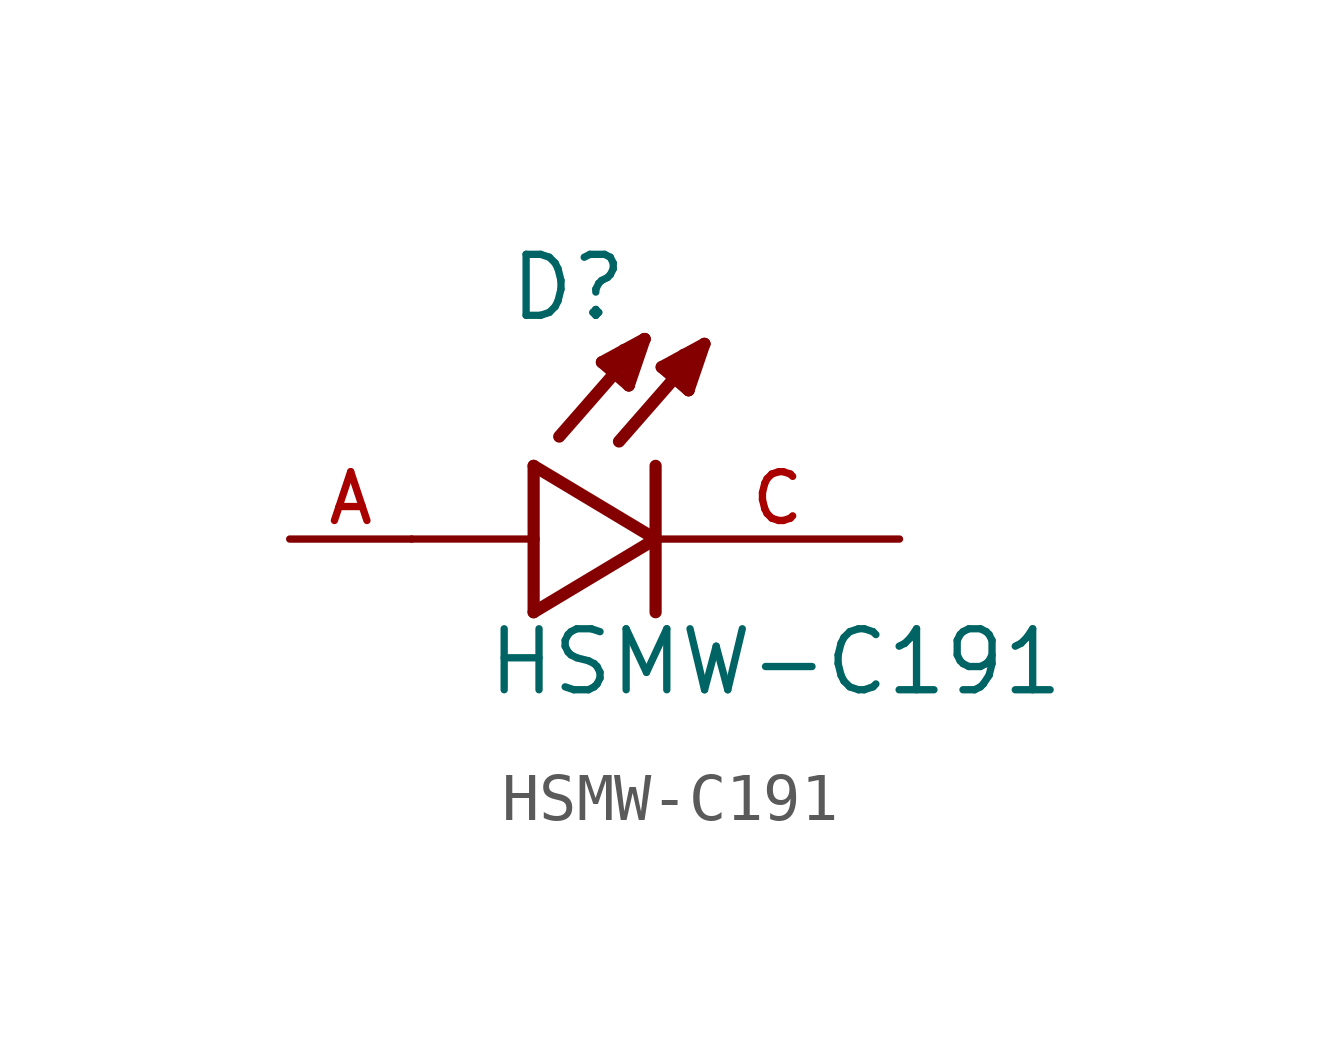
<source format=kicad_sym>
(kicad_symbol_lib
  (version 20211014)
  (generator kicad_symbol_editor)
  (symbol "HSMW-C191"
    (pin_names
      (offset 1.016))
    (property "Reference" "D"
      (at -3.099 4.496 0)
      (effects (font (size 1.27 1.27)) (justify bottom left)))
    (property "Value" "HSMW-C191"
      (at -3.556 -3.302 0)
      (effects (font (size 1.27 1.27)) (justify bottom left)))
    (symbol "HSMW-C191_0_0"
      (polyline (pts (xy -2.54 1.524) (xy -2.54 0.0)) (stroke (width 0.254)))
      (polyline (pts (xy -2.54 0.0) (xy -2.54 -1.524)) (stroke (width 0.254)))
      (polyline (pts (xy -2.54 -1.524) (xy 0.0 0.0)) (stroke (width 0.254)))
      (polyline (pts (xy 0.0 0.0) (xy -2.54 1.524)) (stroke (width 0.254)))
      (polyline (pts (xy 0.0 1.524) (xy 0.0 -1.524)) (stroke (width 0.254)))
      (polyline (pts (xy -2.54 0.0) (xy -5.08 0.0)) (stroke (width 0.152)))
      (polyline (pts (xy 1.016 4.064) (xy -0.762 2.032)) (stroke (width 0.254)))
      (polyline (pts (xy 0.686 3.099) (xy 0.127 3.581)) (stroke (width 0.254)))
      (polyline (pts (xy 0.127 3.581) (xy 1.016 4.064)) (stroke (width 0.254)))
      (polyline (pts (xy 1.016 4.064) (xy 0.686 3.099)) (stroke (width 0.254)))
      (polyline (pts (xy 0.686 3.099) (xy 0.711 3.835)) (stroke (width 0.254)))
      (polyline (pts (xy 0.711 3.835) (xy 0.584 3.835)) (stroke (width 0.254)))
      (polyline (pts (xy 0.305 3.505) (xy 0.533 3.658)) (stroke (width 0.254)))
      (polyline (pts (xy -0.229 4.166) (xy -2.007 2.134)) (stroke (width 0.254)))
      (polyline (pts (xy -0.559 3.2) (xy -1.118 3.683)) (stroke (width 0.254)))
      (polyline (pts (xy -1.118 3.683) (xy -0.229 4.166)) (stroke (width 0.254)))
      (polyline (pts (xy -0.229 4.166) (xy -0.559 3.2)) (stroke (width 0.254)))
      (polyline (pts (xy -0.559 3.2) (xy -0.533 3.937)) (stroke (width 0.254)))
      (polyline (pts (xy -0.533 3.937) (xy -0.66 3.937)) (stroke (width 0.254)))
      (polyline (pts (xy -0.94 3.607) (xy -0.711 3.759)) (stroke (width 0.254)))
      (pin passive line (at 5.08 0.0 180.0) (length 5.08) (name "~" (effects (font (size 1.016 1.016)))) (number "C" (effects (font (size 1.016 1.016)))))
      (pin passive line (at -7.62 0.0 0) (length 2.54) (name "~" (effects (font (size 1.016 1.016)))) (number "A" (effects (font (size 1.016 1.016))))))))
</source>
